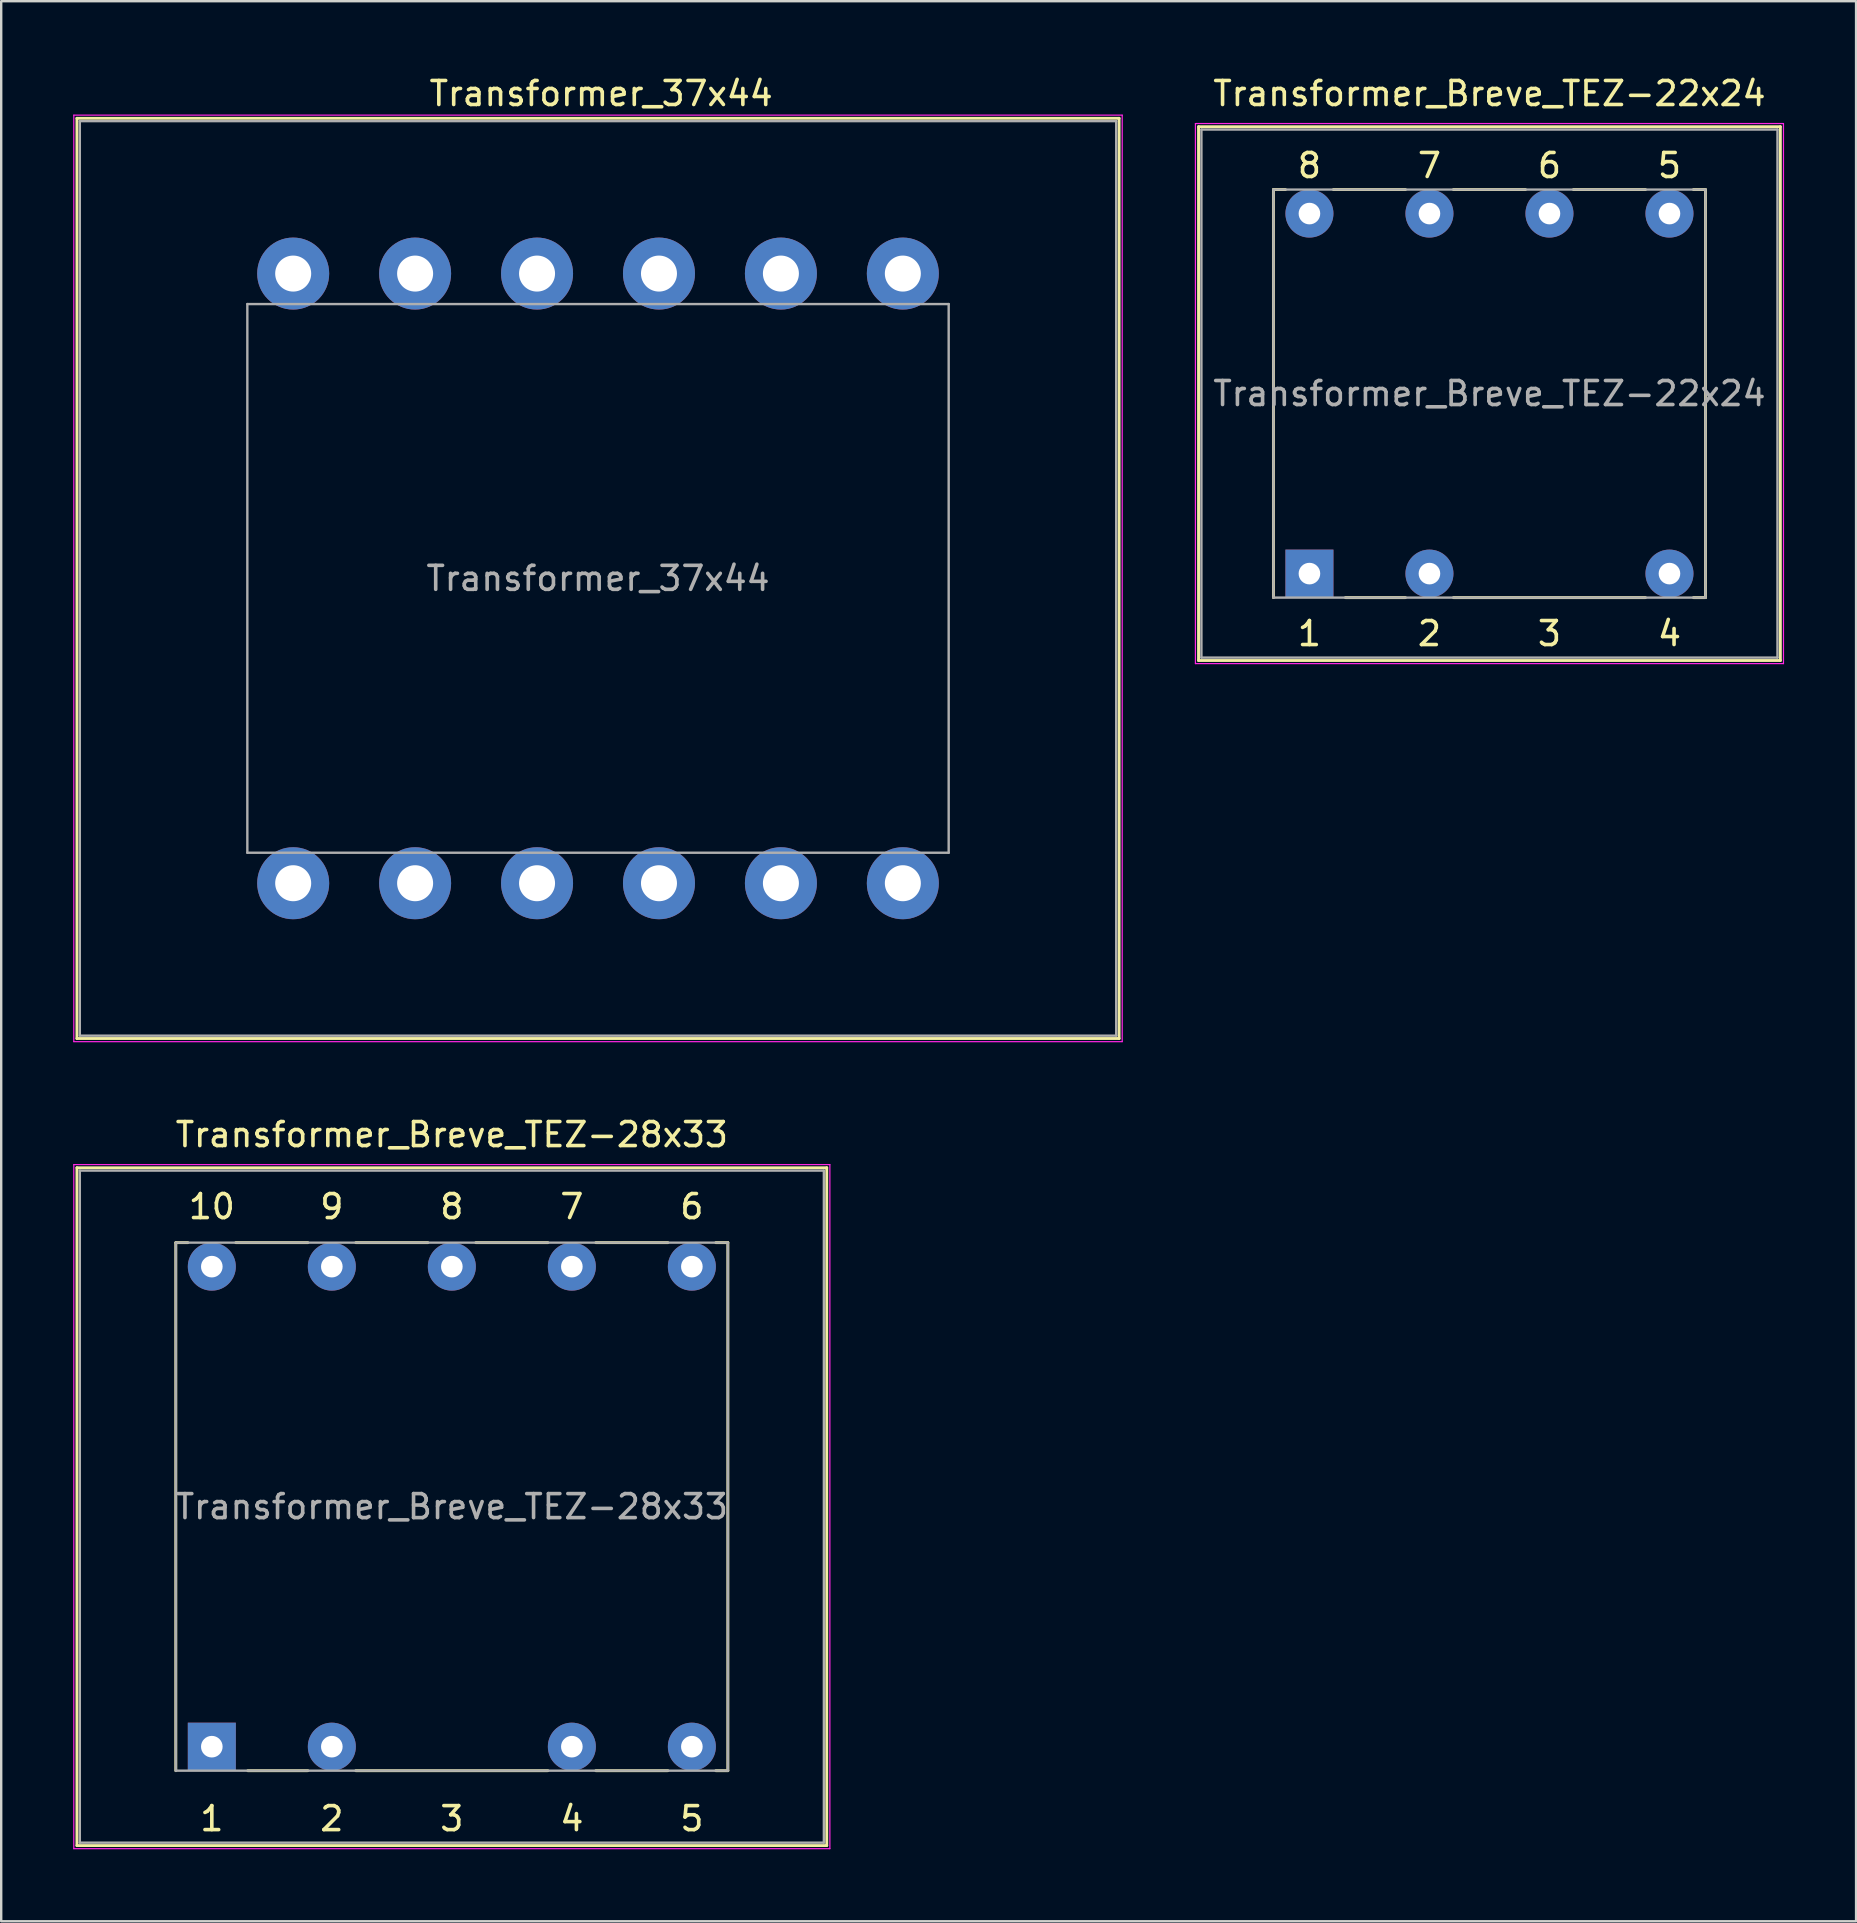
<source format=kicad_pcb>
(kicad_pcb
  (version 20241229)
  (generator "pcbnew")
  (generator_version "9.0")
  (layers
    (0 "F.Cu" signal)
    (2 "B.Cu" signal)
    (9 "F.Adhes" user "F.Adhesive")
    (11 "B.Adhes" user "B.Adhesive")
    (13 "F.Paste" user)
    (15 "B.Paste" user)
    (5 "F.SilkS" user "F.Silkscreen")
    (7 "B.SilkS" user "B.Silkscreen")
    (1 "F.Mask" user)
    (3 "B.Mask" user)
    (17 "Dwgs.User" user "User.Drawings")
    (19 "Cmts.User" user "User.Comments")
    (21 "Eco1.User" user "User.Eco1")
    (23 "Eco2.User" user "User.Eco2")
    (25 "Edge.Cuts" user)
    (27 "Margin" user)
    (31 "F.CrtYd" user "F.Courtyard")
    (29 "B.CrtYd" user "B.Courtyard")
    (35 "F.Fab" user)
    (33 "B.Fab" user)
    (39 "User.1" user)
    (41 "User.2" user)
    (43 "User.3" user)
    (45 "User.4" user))
  (footprint "Transformer_Breve_TEZ-22x24"
    (layer "F.Cu")
    (at 51.505 20.848)
    (property "Reference" "Transformer_Breve_TEZ-22x24" (at 7.5 -20 0) (layer "F.SilkS") (effects (font (size 1 1) (thickness 0.15))))
    (attr through_hole)
    (fp_line (start -4.62 -18.62) (end -4.62 3.62) (stroke (width 0.12) (type solid)) (layer "F.SilkS"))
    (fp_line (start -4.62 -18.62) (end 19.62 -18.62) (stroke (width 0.12) (type solid)) (layer "F.SilkS"))
    (fp_line (start -1.5 1) (end -1.5 -16) (stroke (width 0.12) (type solid)) (layer "F.SilkS"))
    (fp_line (start -1 -16) (end -1.5 -16) (stroke (width 0.12) (type solid)) (layer "F.SilkS"))
    (fp_line (start 1 -16) (end 4 -16) (stroke (width 0.12) (type solid)) (layer "F.SilkS"))
    (fp_line (start 4 1) (end 1.5 1) (stroke (width 0.12) (type solid)) (layer "F.SilkS"))
    (fp_line (start 6 -16) (end 9 -16) (stroke (width 0.12) (type solid)) (layer "F.SilkS"))
    (fp_line (start 6 1) (end 14 1) (stroke (width 0.12) (type solid)) (layer "F.SilkS"))
    (fp_line (start 11 -16) (end 14 -16) (stroke (width 0.12) (type solid)) (layer "F.SilkS"))
    (fp_line (start 16 -16) (end 16.5 -16) (stroke (width 0.12) (type solid)) (layer "F.SilkS"))
    (fp_line (start 16 1) (end 16.5 1) (stroke (width 0.12) (type solid)) (layer "F.SilkS"))
    (fp_line (start 16.5 1) (end 16.5 -16) (stroke (width 0.12) (type solid)) (layer "F.SilkS"))
    (fp_line (start 19.62 3.62) (end -4.62 3.62) (stroke (width 0.12) (type solid)) (layer "F.SilkS"))
    (fp_line (start 19.62 3.62) (end 19.62 -18.62) (stroke (width 0.12) (type solid)) (layer "F.SilkS"))
    (fp_line (start -4.75 -18.75) (end -4.75 3.75) (stroke (width 0.05) (type solid)) (layer "F.CrtYd"))
    (fp_line (start -4.75 -18.75) (end 19.75 -18.75) (stroke (width 0.05) (type solid)) (layer "F.CrtYd"))
    (fp_line (start 19.75 3.75) (end -4.75 3.75) (stroke (width 0.05) (type solid)) (layer "F.CrtYd"))
    (fp_line (start 19.75 3.75) (end 19.75 -18.75) (stroke (width 0.05) (type solid)) (layer "F.CrtYd"))
    (fp_line (start -4.5 -18.5) (end 19.5 -18.5) (stroke (width 0.1) (type solid)) (layer "F.Fab"))
    (fp_line (start -4.5 3.5) (end -4.5 -18.5) (stroke (width 0.1) (type solid)) (layer "F.Fab"))
    (fp_line (start -1.5 -16) (end 16.5 -16) (stroke (width 0.1) (type solid)) (layer "F.Fab"))
    (fp_line (start -1.5 1) (end -1.5 -16) (stroke (width 0.1) (type solid)) (layer "F.Fab"))
    (fp_line (start 16.5 -16) (end 16.5 1) (stroke (width 0.1) (type solid)) (layer "F.Fab"))
    (fp_line (start 16.5 1) (end -1.5 1) (stroke (width 0.1) (type solid)) (layer "F.Fab"))
    (fp_line (start 19.5 -18.5) (end 19.5 3.5) (stroke (width 0.1) (type solid)) (layer "F.Fab"))
    (fp_line (start 19.5 3.5) (end -4.5 3.5) (stroke (width 0.1) (type solid)) (layer "F.Fab"))
    (fp_text user "1" (at 0 2.5 0) (layer "F.SilkS") (effects (font (size 1 1) (thickness 0.15))))
    (fp_text user "2" (at 5 2.5 0) (layer "F.SilkS") (effects (font (size 1 1) (thickness 0.15))))
    (fp_text user "7" (at 5 -17 0) (layer "F.SilkS") (effects (font (size 1 1) (thickness 0.15))))
    (fp_text user "4" (at 15 2.5 0) (layer "F.SilkS") (effects (font (size 1 1) (thickness 0.15))))
    (fp_text user "6" (at 10 -17 0) (layer "F.SilkS") (effects (font (size 1 1) (thickness 0.15))))
    (fp_text user "3" (at 10 2.5 0) (layer "F.SilkS") (effects (font (size 1 1) (thickness 0.15))))
    (fp_text user "5" (at 15 -17 0) (layer "F.SilkS") (effects (font (size 1 1) (thickness 0.15))))
    (fp_text user "8" (at 0 -17 0) (layer "F.SilkS") (effects (font (size 1 1) (thickness 0.15))))
    (fp_text user "${REFERENCE}" (at 7.5 -7.5 0) (layer "F.Fab") (effects (font (size 1 1) (thickness 0.15))))
    (pad "1" thru_hole rect (at 0 0) (size 2 2) (drill 0.9) (layers "*.Cu" "*.Mask"))
    (pad "2" thru_hole circle (at 5 0) (size 2 2) (drill 0.9) (layers "*.Cu" "*.Mask"))
    (pad "4" thru_hole circle (at 15 0) (size 2 2) (drill 0.9) (layers "*.Cu" "*.Mask"))
    (pad "5" thru_hole circle (at 15 -15) (size 2 2) (drill 0.9) (layers "*.Cu" "*.Mask"))
    (pad "6" thru_hole circle (at 10 -15) (size 2 2) (drill 0.9) (layers "*.Cu" "*.Mask"))
    (pad "7" thru_hole circle (at 5 -15) (size 2 2) (drill 0.9) (layers "*.Cu" "*.Mask"))
    (pad "8" thru_hole circle (at 0 -15) (size 2 2) (drill 0.9) (layers "*.Cu" "*.Mask")))
  (footprint "Transformer_Breve_TEZ-28x33"
    (layer "F.Cu")
    (at 5.775 69.722)
    (property "Reference" "Transformer_Breve_TEZ-28x33" (at 10 -25.5 0) (layer "F.SilkS") (effects (font (size 1 1) (thickness 0.15))))
    (attr through_hole)
    (fp_line (start -5.62 -24.12) (end -5.62 4.12) (stroke (width 0.12) (type solid)) (layer "F.SilkS"))
    (fp_line (start -5.62 -24.12) (end 25.62 -24.12) (stroke (width 0.12) (type solid)) (layer "F.SilkS"))
    (fp_line (start -1.5 -21) (end -1.5 1) (stroke (width 0.12) (type solid)) (layer "F.SilkS"))
    (fp_line (start -1 -21) (end -1.5 -21) (stroke (width 0.12) (type solid)) (layer "F.SilkS"))
    (fp_line (start 1.5 1) (end 4 1) (stroke (width 0.12) (type solid)) (layer "F.SilkS"))
    (fp_line (start 4 -21) (end 1 -21) (stroke (width 0.12) (type solid)) (layer "F.SilkS"))
    (fp_line (start 6 1) (end 14 1) (stroke (width 0.12) (type solid)) (layer "F.SilkS"))
    (fp_line (start 9 -21) (end 6 -21) (stroke (width 0.12) (type solid)) (layer "F.SilkS"))
    (fp_line (start 14 -21) (end 11 -21) (stroke (width 0.12) (type solid)) (layer "F.SilkS"))
    (fp_line (start 16 1) (end 19 1) (stroke (width 0.12) (type solid)) (layer "F.SilkS"))
    (fp_line (start 19 -21) (end 16 -21) (stroke (width 0.12) (type solid)) (layer "F.SilkS"))
    (fp_line (start 21 1) (end 21.5 1) (stroke (width 0.12) (type solid)) (layer "F.SilkS"))
    (fp_line (start 21.5 -21) (end 21 -21) (stroke (width 0.12) (type solid)) (layer "F.SilkS"))
    (fp_line (start 21.5 1) (end 21.5 -21) (stroke (width 0.12) (type solid)) (layer "F.SilkS"))
    (fp_line (start 25.62 4.12) (end -5.62 4.12) (stroke (width 0.12) (type solid)) (layer "F.SilkS"))
    (fp_line (start 25.62 4.12) (end 25.62 -24.12) (stroke (width 0.12) (type solid)) (layer "F.SilkS"))
    (fp_line (start -5.75 -24.25) (end -5.75 4.25) (stroke (width 0.05) (type solid)) (layer "F.CrtYd"))
    (fp_line (start -5.75 -24.25) (end 25.75 -24.25) (stroke (width 0.05) (type solid)) (layer "F.CrtYd"))
    (fp_line (start 25.75 4.25) (end -5.75 4.25) (stroke (width 0.05) (type solid)) (layer "F.CrtYd"))
    (fp_line (start 25.75 4.25) (end 25.75 -24.25) (stroke (width 0.05) (type solid)) (layer "F.CrtYd"))
    (fp_line (start -5.5 -24) (end 25.5 -24) (stroke (width 0.1) (type solid)) (layer "F.Fab"))
    (fp_line (start -5.5 4) (end -5.5 -24) (stroke (width 0.1) (type solid)) (layer "F.Fab"))
    (fp_line (start -1.5 -21) (end -1.5 1) (stroke (width 0.1) (type solid)) (layer "F.Fab"))
    (fp_line (start -1.5 1) (end 21.5 1) (stroke (width 0.1) (type solid)) (layer "F.Fab"))
    (fp_line (start 21.5 -21) (end -1.5 -21) (stroke (width 0.1) (type solid)) (layer "F.Fab"))
    (fp_line (start 21.5 1) (end 21.5 -21) (stroke (width 0.1) (type solid)) (layer "F.Fab"))
    (fp_line (start 25.5 -24) (end 25.5 4) (stroke (width 0.1) (type solid)) (layer "F.Fab"))
    (fp_line (start 25.5 4) (end -5.5 4) (stroke (width 0.1) (type solid)) (layer "F.Fab"))
    (fp_text user "2" (at 5 3 0) (layer "F.SilkS") (effects (font (size 1 1) (thickness 0.15))))
    (fp_text user "7" (at 15 -22.5 0) (layer "F.SilkS") (effects (font (size 1 1) (thickness 0.15))))
    (fp_text user "6" (at 20 -22.5 0) (layer "F.SilkS") (effects (font (size 1 1) (thickness 0.15))))
    (fp_text user "4" (at 15 3 0) (layer "F.SilkS") (effects (font (size 1 1) (thickness 0.15))))
    (fp_text user "5" (at 20 3 0) (layer "F.SilkS") (effects (font (size 1 1) (thickness 0.15))))
    (fp_text user "8" (at 10 -22.5 0) (layer "F.SilkS") (effects (font (size 1 1) (thickness 0.15))))
    (fp_text user "3" (at 10 3 0) (layer "F.SilkS") (effects (font (size 1 1) (thickness 0.15))))
    (fp_text user "9" (at 5 -22.5 0) (layer "F.SilkS") (effects (font (size 1 1) (thickness 0.15))))
    (fp_text user "10" (at 0 -22.5 0) (layer "F.SilkS") (effects (font (size 1 1) (thickness 0.15))))
    (fp_text user "1" (at 0 3 0) (layer "F.SilkS") (effects (font (size 1 1) (thickness 0.15))))
    (fp_text user "${REFERENCE}" (at 10 -10 0) (layer "F.Fab") (effects (font (size 1 1) (thickness 0.15))))
    (pad "1" thru_hole rect (at 0 0) (size 2 2) (drill 0.9) (layers "*.Cu" "*.Mask"))
    (pad "2" thru_hole circle (at 5 0) (size 2 2) (drill 0.9) (layers "*.Cu" "*.Mask"))
    (pad "4" thru_hole circle (at 15 0) (size 2 2) (drill 0.9) (layers "*.Cu" "*.Mask"))
    (pad "5" thru_hole circle (at 20 0) (size 2 2) (drill 0.9) (layers "*.Cu" "*.Mask"))
    (pad "6" thru_hole circle (at 20 -20) (size 2 2) (drill 0.9) (layers "*.Cu" "*.Mask"))
    (pad "7" thru_hole circle (at 15 -20) (size 2 2) (drill 0.9) (layers "*.Cu" "*.Mask"))
    (pad "8" thru_hole circle (at 10 -20) (size 2 2) (drill 0.9) (layers "*.Cu" "*.Mask"))
    (pad "9" thru_hole circle (at 5 -20) (size 2 2) (drill 0.9) (layers "*.Cu" "*.Mask"))
    (pad "10" thru_hole circle (at 0 -20) (size 2 2) (drill 0.9) (layers "*.Cu" "*.Mask")))
  (footprint "Transformer_37x44"
    (layer "F.Cu")
    (at 14.245 8.348)
    (property "Reference" "Transformer_37x44" (at 7.75 -7.5 0) (layer "F.SilkS") (effects (font (size 1 1) (thickness 0.15))))
    (attr through_hole)
    (fp_line (start -14.09 -6.47) (end -14.09 31.87) (stroke (width 0.12) (type solid)) (layer "F.SilkS"))
    (fp_line (start -14.09 -6.47) (end 29.33 -6.47) (stroke (width 0.12) (type solid)) (layer "F.SilkS"))
    (fp_line (start 29.33 31.87) (end -14.09 31.87) (stroke (width 0.12) (type solid)) (layer "F.SilkS"))
    (fp_line (start 29.33 31.87) (end 29.33 -6.47) (stroke (width 0.12) (type solid)) (layer "F.SilkS"))
    (fp_line (start -14.22 -6.6) (end -14.22 32) (stroke (width 0.05) (type solid)) (layer "F.CrtYd"))
    (fp_line (start -14.22 -6.6) (end 29.46 -6.6) (stroke (width 0.05) (type solid)) (layer "F.CrtYd"))
    (fp_line (start 29.46 32) (end -14.22 32) (stroke (width 0.05) (type solid)) (layer "F.CrtYd"))
    (fp_line (start 29.46 32) (end 29.46 -6.6) (stroke (width 0.05) (type solid)) (layer "F.CrtYd"))
    (fp_line (start -13.97 -6.35) (end 29.21 -6.35) (stroke (width 0.1) (type solid)) (layer "F.Fab"))
    (fp_line (start -13.97 31.75) (end -13.97 -6.35) (stroke (width 0.1) (type solid)) (layer "F.Fab"))
    (fp_line (start -6.99 1.27) (end 22.23 1.27) (stroke (width 0.1) (type solid)) (layer "F.Fab"))
    (fp_line (start -6.99 24.13) (end -6.99 1.27) (stroke (width 0.1) (type solid)) (layer "F.Fab"))
    (fp_line (start 22.23 1.27) (end 22.23 24.13) (stroke (width 0.1) (type solid)) (layer "F.Fab"))
    (fp_line (start 22.23 24.13) (end -6.99 24.13) (stroke (width 0.1) (type solid)) (layer "F.Fab"))
    (fp_line (start 29.21 -6.35) (end 29.21 31.75) (stroke (width 0.1) (type solid)) (layer "F.Fab"))
    (fp_line (start 29.21 31.75) (end -13.97 31.75) (stroke (width 0.1) (type solid)) (layer "F.Fab"))
    (fp_text user "${REFERENCE}" (at 7.62 12.7 0) (layer "F.Fab") (effects (font (size 1 1) (thickness 0.15))))
    (pad "" thru_hole circle (at -5.08 0) (size 3 3) (drill 1.5) (layers "*.Cu" "*.Mask"))
    (pad "" thru_hole circle (at 0 25.4) (size 3 3) (drill 1.5) (layers "*.Cu" "*.Mask"))
    (pad "" thru_hole circle (at 5.08 0) (size 3 3) (drill 1.5) (layers "*.Cu" "*.Mask"))
    (pad "" thru_hole circle (at 10.16 0) (size 3 3) (drill 1.5) (layers "*.Cu" "*.Mask"))
    (pad "" thru_hole circle (at 10.16 25.4) (size 3 3) (drill 1.5) (layers "*.Cu" "*.Mask"))
    (pad "" thru_hole circle (at 15.24 0) (size 3 3) (drill 1.5) (layers "*.Cu" "*.Mask"))
    (pad "" thru_hole circle (at 15.24 25.4) (size 3 3) (drill 1.5) (layers "*.Cu" "*.Mask"))
    (pad "" thru_hole circle (at 20.32 25.4) (size 3 3) (drill 1.5) (layers "*.Cu" "*.Mask"))
    (pad "1" thru_hole circle (at 0 0) (size 3 3) (drill 1.5) (layers "*.Cu" "*.Mask"))
    (pad "2" thru_hole circle (at 20.32 0) (size 3 3) (drill 1.5) (layers "*.Cu" "*.Mask"))
    (pad "3" thru_hole circle (at 5.08 25.4) (size 3 3) (drill 1.5) (layers "*.Cu" "*.Mask"))
    (pad "4" thru_hole circle (at -5.08 25.4) (size 3 3) (drill 1.5) (layers "*.Cu" "*.Mask")))
  (gr_rect
    (start -3 -3)
    (end 74.28 76.996)
    (stroke (width 0.1) (type default))
    (fill no)
    (layer "Edge.Cuts")))
</source>
